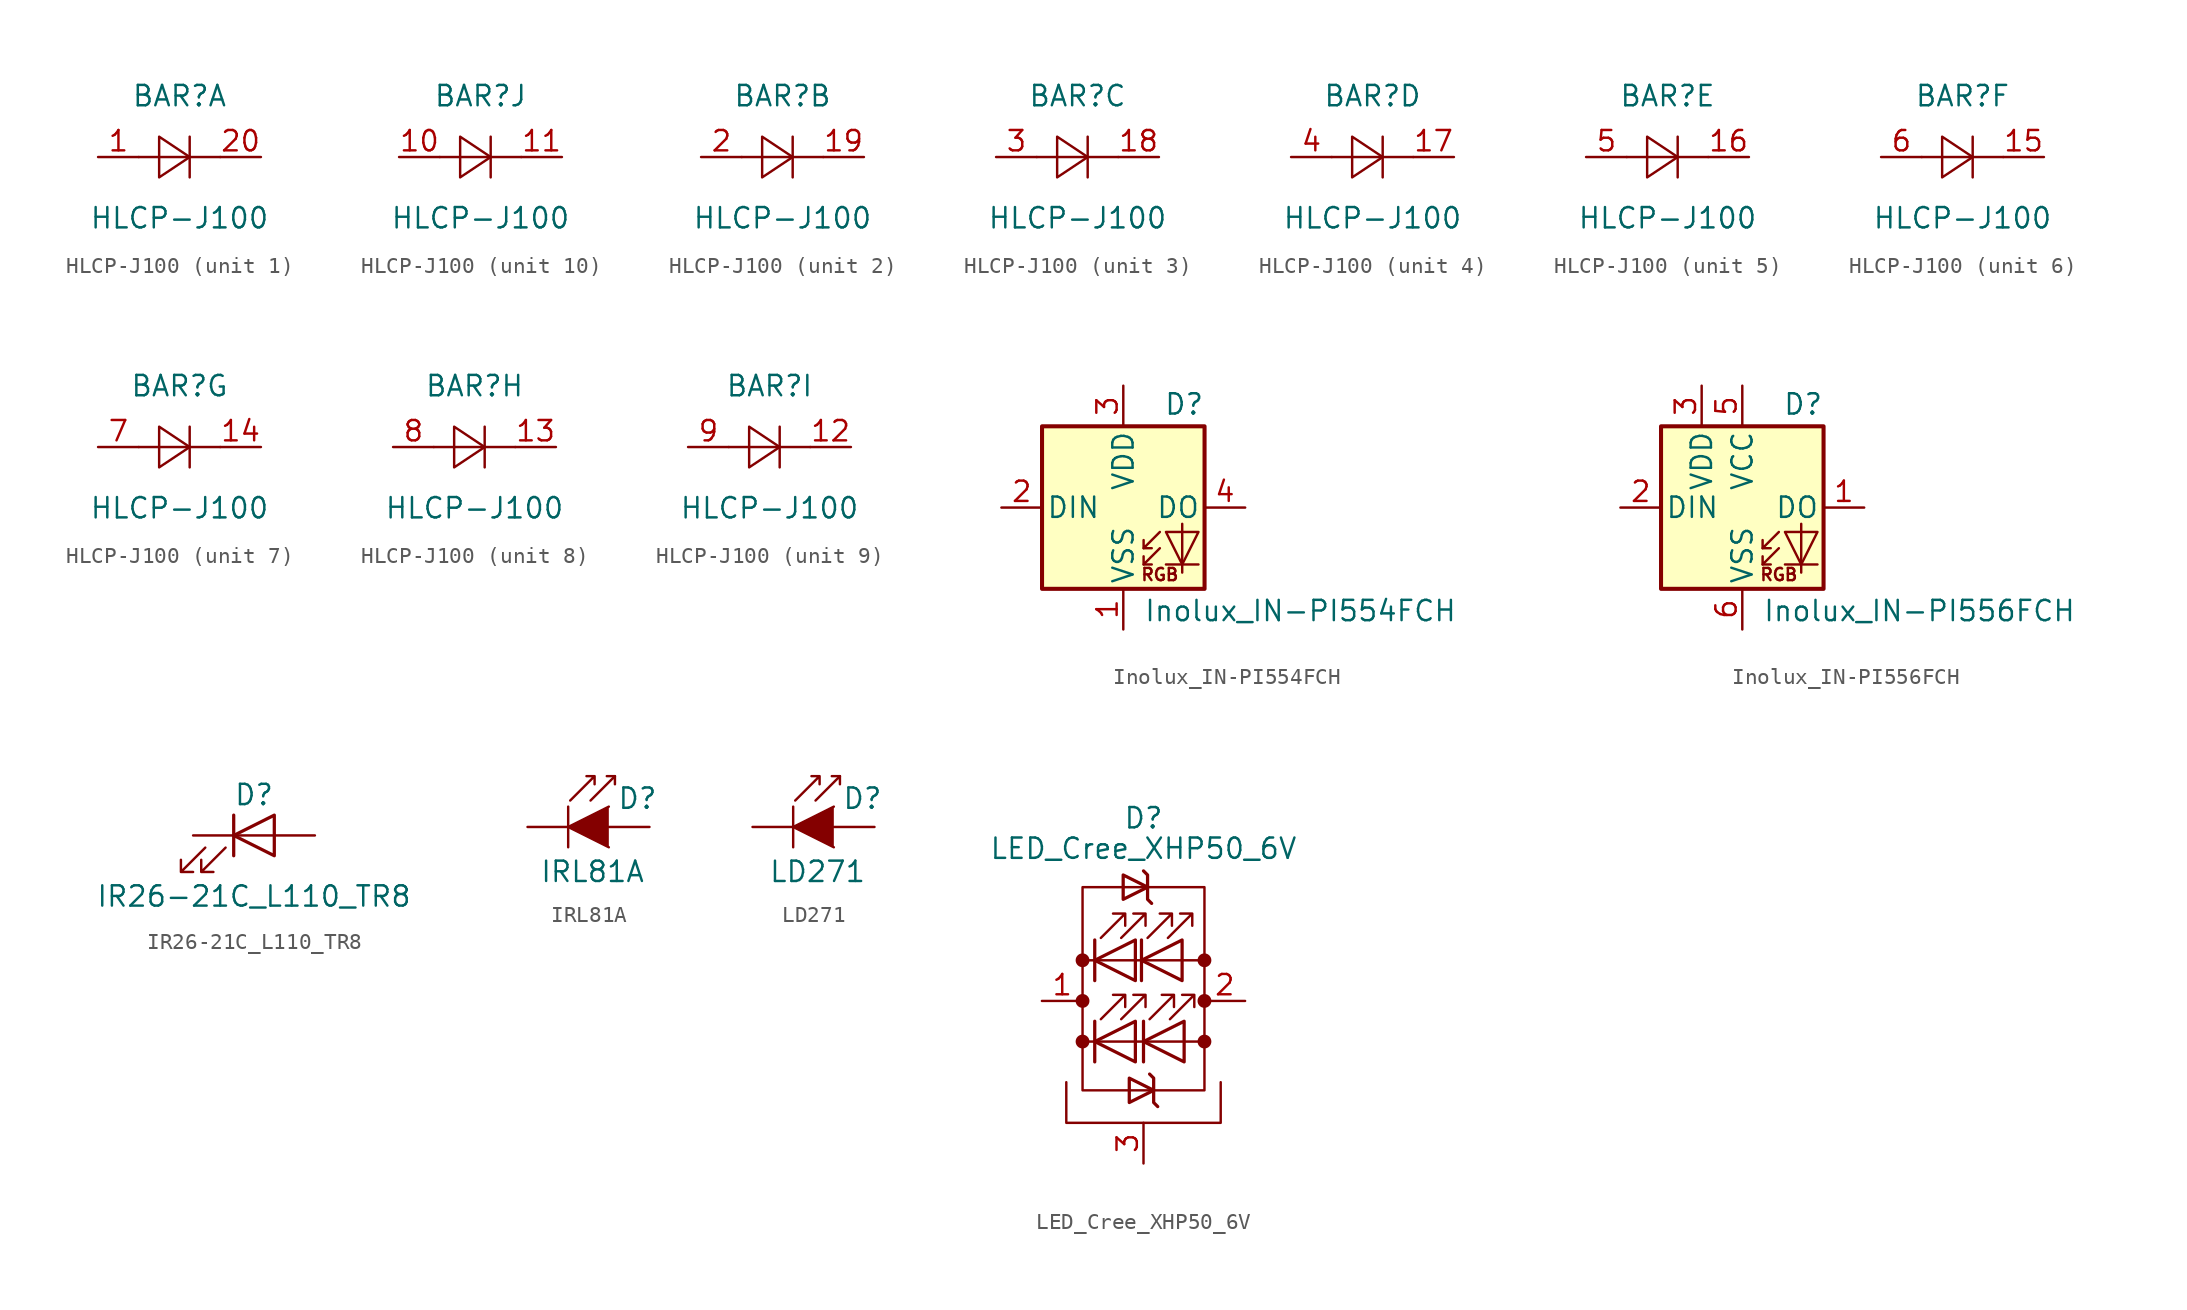
<source format=kicad_sym>
(kicad_symbol_lib
  (version 20201005)
  (generator kicad_symbol_editor)
  (symbol "HLCP-J100"
    (pin_names
      (offset 1.016) hide)
    (property "Reference" "BAR"
      (at 0 3.81 0)
      (effects (font (size 1.27 1.27))))
    (property "Value" "HLCP-J100"
      (at 0 -3.81 0)
      (effects (font (size 1.27 1.27))))
    (symbol "HLCP-J100_0_1"
      (polyline (pts (xy -2.54 0) (xy 2.54 0)) (stroke (width 0)) (fill (type none)))
      (polyline (pts (xy 0.635 1.27) (xy 0.635 -1.27)) (stroke (width 0)) (fill (type none)))
      (polyline (pts (xy -1.27 1.27) (xy -1.27 -1.27) (xy 0.635 0) (xy -1.27 1.27)) (stroke (width 0)) (fill (type none))))
    (symbol "HLCP-J100_1_1"
      (pin passive line (at -5.08 0 0) (length 2.54) (name "A" (effects (font (size 1.27 1.27)))) (number "1" (effects (font (size 1.27 1.27)))))
      (pin passive line (at 5.08 0 180) (length 2.54) (name "K" (effects (font (size 1.27 1.27)))) (number "20" (effects (font (size 1.27 1.27))))))
    (symbol "HLCP-J100_2_1"
      (pin passive line (at 5.08 0 180) (length 2.54) (name "K" (effects (font (size 1.27 1.27)))) (number "19" (effects (font (size 1.27 1.27)))))
      (pin passive line (at -5.08 0 0) (length 2.54) (name "A" (effects (font (size 1.27 1.27)))) (number "2" (effects (font (size 1.27 1.27))))))
    (symbol "HLCP-J100_3_1"
      (pin passive line (at 5.08 0 180) (length 2.54) (name "K" (effects (font (size 1.27 1.27)))) (number "18" (effects (font (size 1.27 1.27)))))
      (pin passive line (at -5.08 0 0) (length 2.54) (name "A" (effects (font (size 1.27 1.27)))) (number "3" (effects (font (size 1.27 1.27))))))
    (symbol "HLCP-J100_4_1"
      (pin passive line (at 5.08 0 180) (length 2.54) (name "K" (effects (font (size 1.27 1.27)))) (number "17" (effects (font (size 1.27 1.27)))))
      (pin passive line (at -5.08 0 0) (length 2.54) (name "A" (effects (font (size 1.27 1.27)))) (number "4" (effects (font (size 1.27 1.27))))))
    (symbol "HLCP-J100_5_1"
      (pin passive line (at 5.08 0 180) (length 2.54) (name "K" (effects (font (size 1.27 1.27)))) (number "16" (effects (font (size 1.27 1.27)))))
      (pin passive line (at -5.08 0 0) (length 2.54) (name "A" (effects (font (size 1.27 1.27)))) (number "5" (effects (font (size 1.27 1.27))))))
    (symbol "HLCP-J100_6_1"
      (pin passive line (at 5.08 0 180) (length 2.54) (name "K" (effects (font (size 1.27 1.27)))) (number "15" (effects (font (size 1.27 1.27)))))
      (pin passive line (at -5.08 0 0) (length 2.54) (name "A" (effects (font (size 1.27 1.27)))) (number "6" (effects (font (size 1.27 1.27))))))
    (symbol "HLCP-J100_7_1"
      (pin passive line (at 5.08 0 180) (length 2.54) (name "K" (effects (font (size 1.27 1.27)))) (number "14" (effects (font (size 1.27 1.27)))))
      (pin passive line (at -5.08 0 0) (length 2.54) (name "A" (effects (font (size 1.27 1.27)))) (number "7" (effects (font (size 1.27 1.27))))))
    (symbol "HLCP-J100_8_1"
      (pin passive line (at 5.08 0 180) (length 2.54) (name "K" (effects (font (size 1.27 1.27)))) (number "13" (effects (font (size 1.27 1.27)))))
      (pin passive line (at -5.08 0 0) (length 2.54) (name "A" (effects (font (size 1.27 1.27)))) (number "8" (effects (font (size 1.27 1.27))))))
    (symbol "HLCP-J100_9_1"
      (pin passive line (at 5.08 0 180) (length 2.54) (name "K" (effects (font (size 1.27 1.27)))) (number "12" (effects (font (size 1.27 1.27)))))
      (pin passive line (at -5.08 0 0) (length 2.54) (name "A" (effects (font (size 1.27 1.27)))) (number "9" (effects (font (size 1.27 1.27))))))
    (symbol "HLCP-J100_10_1"
      (pin passive line (at -5.08 0 0) (length 2.54) (name "A" (effects (font (size 1.27 1.27)))) (number "10" (effects (font (size 1.27 1.27)))))
      (pin passive line (at 5.08 0 180) (length 2.54) (name "K" (effects (font (size 1.27 1.27)))) (number "11" (effects (font (size 1.27 1.27)))))))
  (symbol "Inolux_IN-PI554FCH"
    (pin_names
      (offset 0.254))
    (property "Reference" "D"
      (at 5.08 5.715 0)
      (effects (font (size 1.27 1.27)) (justify right bottom)))
    (property "Value" "Inolux_IN-PI554FCH"
      (at 1.27 -5.715 0)
      (effects (font (size 1.27 1.27)) (justify left top)))
    (symbol "Inolux_IN-PI554FCH_0_0"
      (text "RGB" (at 2.286 -4.191 0) (effects (font (size 0.762 0.762)))))
    (symbol "Inolux_IN-PI554FCH_0_1"
      (rectangle (start 5.08 5.08) (end -5.08 -5.08) (stroke (width 0.254)) (fill (type background)))
      (polyline (pts (xy 1.27 -3.556) (xy 1.778 -3.556)) (stroke (width 0)) (fill (type none)))
      (polyline (pts (xy 1.27 -2.54) (xy 1.778 -2.54)) (stroke (width 0)) (fill (type none)))
      (polyline (pts (xy 4.699 -3.556) (xy 2.667 -3.556)) (stroke (width 0)) (fill (type none)))
      (polyline (pts (xy 2.286 -2.54) (xy 1.27 -3.556) (xy 1.27 -3.048)) (stroke (width 0)) (fill (type none)))
      (polyline (pts (xy 2.286 -1.524) (xy 1.27 -2.54) (xy 1.27 -2.032)) (stroke (width 0)) (fill (type none)))
      (polyline (pts (xy 3.683 -1.016) (xy 3.683 -3.556) (xy 3.683 -4.064)) (stroke (width 0)) (fill (type none)))
      (polyline (pts (xy 4.699 -1.524) (xy 2.667 -1.524) (xy 3.683 -3.556) (xy 4.699 -1.524)) (stroke (width 0)) (fill (type none))))
    (symbol "Inolux_IN-PI554FCH_1_1"
      (pin power_in line (at 0 -7.62 90) (length 2.54) (name "VSS" (effects (font (size 1.27 1.27)))) (number "1" (effects (font (size 1.27 1.27)))))
      (pin input line (at -7.62 0 0) (length 2.54) (name "DIN" (effects (font (size 1.27 1.27)))) (number "2" (effects (font (size 1.27 1.27)))))
      (pin power_in line (at 0 7.62 270) (length 2.54) (name "VDD" (effects (font (size 1.27 1.27)))) (number "3" (effects (font (size 1.27 1.27)))))
      (pin output line (at 7.62 0 180) (length 2.54) (name "DO" (effects (font (size 1.27 1.27)))) (number "4" (effects (font (size 1.27 1.27)))))))
  (symbol "Inolux_IN-PI556FCH"
    (pin_names
      (offset 0.254))
    (property "Reference" "D"
      (at 5.08 5.715 0)
      (effects (font (size 1.27 1.27)) (justify right bottom)))
    (property "Value" "Inolux_IN-PI556FCH"
      (at 1.27 -5.715 0)
      (effects (font (size 1.27 1.27)) (justify left top)))
    (symbol "Inolux_IN-PI556FCH_0_0"
      (text "RGB" (at 2.286 -4.191 0) (effects (font (size 0.762 0.762)))))
    (symbol "Inolux_IN-PI556FCH_0_1"
      (rectangle (start 5.08 5.08) (end -5.08 -5.08) (stroke (width 0.254)) (fill (type background)))
      (polyline (pts (xy 1.27 -3.556) (xy 1.778 -3.556)) (stroke (width 0)) (fill (type none)))
      (polyline (pts (xy 1.27 -2.54) (xy 1.778 -2.54)) (stroke (width 0)) (fill (type none)))
      (polyline (pts (xy 4.699 -3.556) (xy 2.667 -3.556)) (stroke (width 0)) (fill (type none)))
      (polyline (pts (xy 2.286 -2.54) (xy 1.27 -3.556) (xy 1.27 -3.048)) (stroke (width 0)) (fill (type none)))
      (polyline (pts (xy 2.286 -1.524) (xy 1.27 -2.54) (xy 1.27 -2.032)) (stroke (width 0)) (fill (type none)))
      (polyline (pts (xy 3.683 -1.016) (xy 3.683 -3.556) (xy 3.683 -4.064)) (stroke (width 0)) (fill (type none)))
      (polyline (pts (xy 4.699 -1.524) (xy 2.667 -1.524) (xy 3.683 -3.556) (xy 4.699 -1.524)) (stroke (width 0)) (fill (type none))))
    (symbol "Inolux_IN-PI556FCH_1_1"
      (pin output line (at 7.62 0 180) (length 2.54) (name "DO" (effects (font (size 1.27 1.27)))) (number "1" (effects (font (size 1.27 1.27)))))
      (pin input line (at -7.62 0 0) (length 2.54) (name "DIN" (effects (font (size 1.27 1.27)))) (number "2" (effects (font (size 1.27 1.27)))))
      (pin power_in line (at -2.54 7.62 270) (length 2.54) (name "VDD" (effects (font (size 1.27 1.27)))) (number "3" (effects (font (size 1.27 1.27)))))
      (pin no_connect line (at 5.08 2.54 180) (length 2.54) hide (name "NC" (effects (font (size 1.27 1.27)))) (number "4" (effects (font (size 1.27 1.27)))))
      (pin power_in line (at 0 7.62 270) (length 2.54) (name "VCC" (effects (font (size 1.27 1.27)))) (number "5" (effects (font (size 1.27 1.27)))))
      (pin power_in line (at 0 -7.62 90) (length 2.54) (name "VSS" (effects (font (size 1.27 1.27)))) (number "6" (effects (font (size 1.27 1.27)))))))
  (symbol "IR26-21C_L110_TR8"
    (pin_numbers hide)
    (pin_names
      (offset 1.016) hide)
    (property "Reference" "D"
      (at 0 2.54 0)
      (effects (font (size 1.27 1.27))))
    (property "Value" "IR26-21C_L110_TR8"
      (at 0 -3.81 0)
      (effects (font (size 1.27 1.27))))
    (symbol "IR26-21C_L110_TR8_0_1"
      (polyline (pts (xy -1.27 -1.27) (xy -1.27 1.27)) (stroke (width 0.203)) (fill (type none)))
      (polyline (pts (xy -1.27 0) (xy 1.27 0)) (stroke (width 0)) (fill (type none)))
      (polyline (pts (xy 1.27 -1.27) (xy 1.27 1.27) (xy -1.27 0) (xy 1.27 -1.27)) (stroke (width 0.203)) (fill (type none)))
      (polyline (pts (xy -3.048 -0.762) (xy -4.572 -2.286) (xy -3.81 -2.286) (xy -4.572 -2.286) (xy -4.572 -1.524)) (stroke (width 0)) (fill (type none)))
      (polyline (pts (xy -1.778 -0.762) (xy -3.302 -2.286) (xy -2.54 -2.286) (xy -3.302 -2.286) (xy -3.302 -1.524)) (stroke (width 0)) (fill (type none))))
    (symbol "IR26-21C_L110_TR8_1_1"
      (pin passive line (at -3.81 0 0) (length 2.54) (name "K" (effects (font (size 1.27 1.27)))) (number "1" (effects (font (size 1.27 1.27)))))
      (pin passive line (at 3.81 0 180) (length 2.54) (name "A" (effects (font (size 1.27 1.27)))) (number "2" (effects (font (size 1.27 1.27)))))))
  (symbol "IRL81A"
    (pin_numbers hide)
    (pin_names
      (offset 1.016) hide)
    (property "Reference" "D"
      (at 0.508 1.778 0)
      (effects (font (size 1.27 1.27)) (justify left)))
    (property "Value" "IRL81A"
      (at -1.016 -2.794 0)
      (effects (font (size 1.27 1.27))))
    (symbol "IRL81A_0_1"
      (polyline (pts (xy -2.54 1.27) (xy -2.54 -1.27)) (stroke (width 0.152)) (fill (type none)))
      (polyline (pts (xy 0.381 3.175) (xy -0.127 3.175)) (stroke (width 0)) (fill (type none)))
      (polyline (pts (xy -1.143 1.651) (xy 0.381 3.175) (xy 0.381 2.667)) (stroke (width 0)) (fill (type none)))
      (polyline (pts (xy 0 1.27) (xy -2.54 0) (xy 0 -1.27)) (stroke (width 0)) (fill (type outline)))
      (polyline (pts (xy -2.413 1.651) (xy -0.889 3.175) (xy -0.889 2.667) (xy -0.889 3.175) (xy -1.397 3.175)) (stroke (width 0)) (fill (type none))))
    (symbol "IRL81A_1_1"
      (pin passive line (at -5.08 0 0) (length 2.54) (name "K" (effects (font (size 1.27 1.27)))) (number "1" (effects (font (size 1.27 1.27)))))
      (pin passive line (at 2.54 0 180) (length 2.54) (name "A" (effects (font (size 1.27 1.27)))) (number "2" (effects (font (size 1.27 1.27)))))))
  (symbol "LD271"
    (pin_numbers hide)
    (pin_names
      (offset 1.016) hide)
    (property "Reference" "D"
      (at 0.508 1.778 0)
      (effects (font (size 1.27 1.27)) (justify left)))
    (property "Value" "LD271"
      (at -1.016 -2.794 0)
      (effects (font (size 1.27 1.27))))
    (symbol "LD271_0_1"
      (polyline (pts (xy -2.54 1.27) (xy -2.54 -1.27)) (stroke (width 0.152)) (fill (type none)))
      (polyline (pts (xy 0.381 3.175) (xy -0.127 3.175)) (stroke (width 0)) (fill (type none)))
      (polyline (pts (xy -1.143 1.651) (xy 0.381 3.175) (xy 0.381 2.667)) (stroke (width 0)) (fill (type none)))
      (polyline (pts (xy 0 1.27) (xy -2.54 0) (xy 0 -1.27)) (stroke (width 0)) (fill (type outline)))
      (polyline (pts (xy -2.413 1.651) (xy -0.889 3.175) (xy -0.889 2.667) (xy -0.889 3.175) (xy -1.397 3.175)) (stroke (width 0)) (fill (type none))))
    (symbol "LD271_1_1"
      (pin passive line (at -5.08 0 0) (length 2.54) (name "K" (effects (font (size 1.27 1.27)))) (number "1" (effects (font (size 1.27 1.27)))))
      (pin passive line (at 2.54 0 180) (length 2.54) (name "A" (effects (font (size 1.27 1.27)))) (number "2" (effects (font (size 1.27 1.27)))))))
  (symbol "LED_Cree_XHP50_6V"
    (pin_names
      (offset 1.016) hide)
    (property "Reference" "D"
      (at 0 11.43 0)
      (effects (font (size 1.27 1.27))))
    (property "Value" "LED_Cree_XHP50_6V"
      (at 0 9.525 0)
      (effects (font (size 1.27 1.27))))
    (symbol "LED_Cree_XHP50_6V_0_1"
      (circle (center -3.81 -2.54) (radius 0.356) (stroke (width 0)) (fill (type outline)))
      (circle (center -3.81 0) (radius 0.356) (stroke (width 0)) (fill (type outline)))
      (circle (center -3.81 2.54) (radius 0.356) (stroke (width 0)) (fill (type outline)))
      (circle (center 3.81 -2.54) (radius 0.356) (stroke (width 0)) (fill (type outline)))
      (circle (center 3.81 0) (radius 0.356) (stroke (width 0)) (fill (type outline)))
      (circle (center 3.81 2.54) (radius 0.356) (stroke (width 0)) (fill (type outline)))
      (polyline (pts (xy -3.81 -2.54) (xy 3.81 -2.54)) (stroke (width 0)) (fill (type none)))
      (polyline (pts (xy -3.048 -3.81) (xy -3.048 -1.27)) (stroke (width 0.203)) (fill (type none)))
      (polyline (pts (xy -3.048 1.27) (xy -3.048 3.81)) (stroke (width 0.203)) (fill (type none)))
      (polyline (pts (xy -0.127 1.27) (xy -0.127 3.81)) (stroke (width 0.203)) (fill (type none)))
      (polyline (pts (xy 0 -3.81) (xy 0 -1.27)) (stroke (width 0.203)) (fill (type none)))
      (polyline (pts (xy 3.81 2.54) (xy -3.81 2.54)) (stroke (width 0)) (fill (type none)))
      (polyline (pts (xy -4.826 -5.08) (xy -4.826 -7.62) (xy 4.826 -7.62) (xy 4.826 -5.08)) (stroke (width 0)) (fill (type none)))
      (polyline (pts (xy -0.508 -3.81) (xy -0.508 -1.27) (xy -3.048 -2.54) (xy -0.508 -3.81)) (stroke (width 0.203)) (fill (type none)))
      (polyline (pts (xy -0.508 1.27) (xy -0.508 3.81) (xy -3.048 2.54) (xy -0.508 1.27)) (stroke (width 0.203)) (fill (type none)))
      (polyline (pts (xy 0.508 6.096) (xy 0.254 6.35) (xy 0.254 7.874) (xy 0 8.128)) (stroke (width 0.203)) (fill (type none)))
      (polyline (pts (xy 0.889 -6.604) (xy 0.635 -6.35) (xy 0.635 -4.826) (xy 0.381 -4.572)) (stroke (width 0.203)) (fill (type none)))
      (polyline (pts (xy 2.413 1.27) (xy 2.413 3.81) (xy -0.127 2.54) (xy 2.413 1.27)) (stroke (width 0.203)) (fill (type none)))
      (polyline (pts (xy 2.54 -3.81) (xy 2.54 -1.27) (xy 0 -2.54) (xy 2.54 -3.81)) (stroke (width 0.203)) (fill (type none)))
      (polyline (pts (xy -3.81 -5.588) (xy -3.81 7.112) (xy 3.81 7.112) (xy 3.81 -5.588) (xy -3.81 -5.588)) (stroke (width 0)) (fill (type none)))
      (polyline (pts (xy -2.667 -1.143) (xy -1.143 0.381) (xy -1.905 0.381) (xy -1.143 0.381) (xy -1.143 -0.381)) (stroke (width 0)) (fill (type none)))
      (polyline (pts (xy -2.667 3.937) (xy -1.143 5.461) (xy -1.905 5.461) (xy -1.143 5.461) (xy -1.143 4.699)) (stroke (width 0)) (fill (type none)))
      (polyline (pts (xy -1.397 -1.143) (xy 0.127 0.381) (xy -0.635 0.381) (xy 0.127 0.381) (xy 0.127 -0.381)) (stroke (width 0)) (fill (type none)))
      (polyline (pts (xy -1.397 3.937) (xy 0.127 5.461) (xy -0.635 5.461) (xy 0.127 5.461) (xy 0.127 4.699)) (stroke (width 0)) (fill (type none)))
      (polyline (pts (xy -1.27 6.35) (xy -1.27 7.874) (xy 0.254 7.112) (xy -1.27 6.35) (xy -1.27 6.604)) (stroke (width 0.203)) (fill (type none)))
      (polyline (pts (xy -0.889 -6.35) (xy -0.889 -4.826) (xy 0.635 -5.588) (xy -0.889 -6.35) (xy -0.889 -6.096)) (stroke (width 0.203)) (fill (type none)))
      (polyline (pts (xy 0.254 3.937) (xy 1.778 5.461) (xy 1.016 5.461) (xy 1.778 5.461) (xy 1.778 4.699)) (stroke (width 0)) (fill (type none)))
      (polyline (pts (xy 0.381 -1.143) (xy 1.905 0.381) (xy 1.143 0.381) (xy 1.905 0.381) (xy 1.905 -0.381)) (stroke (width 0)) (fill (type none)))
      (polyline (pts (xy 1.524 3.937) (xy 3.048 5.461) (xy 2.286 5.461) (xy 3.048 5.461) (xy 3.048 4.699)) (stroke (width 0)) (fill (type none)))
      (polyline (pts (xy 1.651 -1.143) (xy 3.175 0.381) (xy 2.413 0.381) (xy 3.175 0.381) (xy 3.175 -0.381)) (stroke (width 0)) (fill (type none))))
    (symbol "LED_Cree_XHP50_6V_1_1"
      (pin passive line (at -6.35 0 0) (length 2.54) (name "K" (effects (font (size 1.27 1.27)))) (number "1" (effects (font (size 1.27 1.27)))))
      (pin passive line (at 6.35 0 180) (length 2.54) (name "A" (effects (font (size 1.27 1.27)))) (number "2" (effects (font (size 1.27 1.27)))))
      (pin passive line (at 0 -10.16 90) (length 2.54) (name "PAD" (effects (font (size 1.27 1.27)))) (number "3" (effects (font (size 1.27 1.27))))))))
</source>
